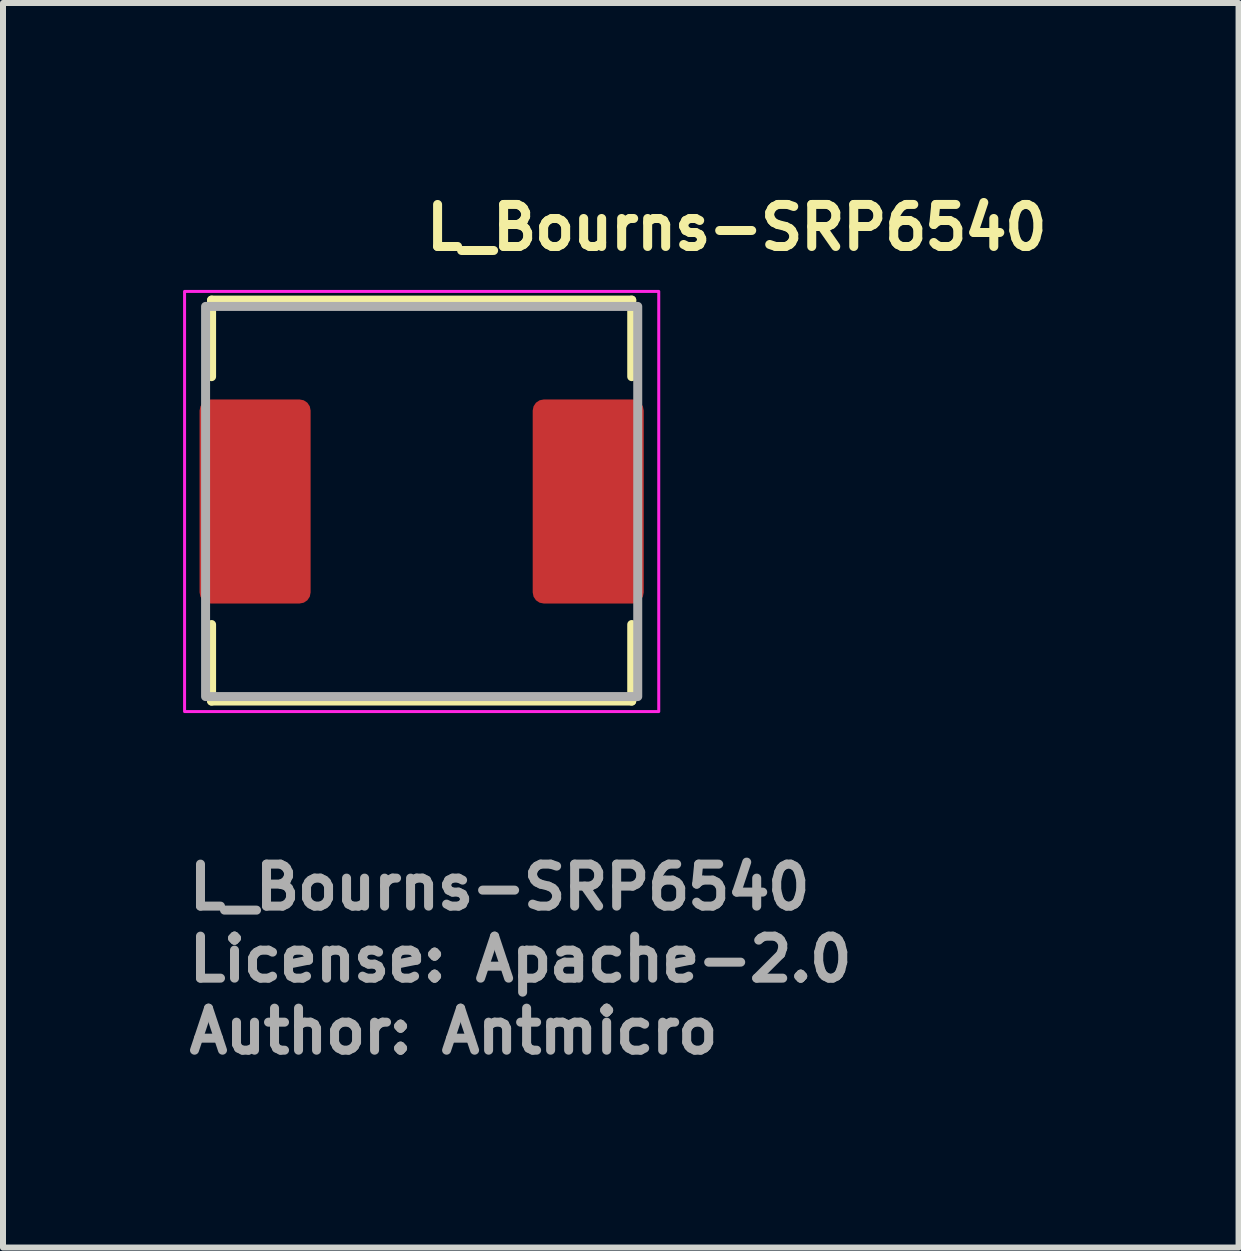
<source format=kicad_pcb>
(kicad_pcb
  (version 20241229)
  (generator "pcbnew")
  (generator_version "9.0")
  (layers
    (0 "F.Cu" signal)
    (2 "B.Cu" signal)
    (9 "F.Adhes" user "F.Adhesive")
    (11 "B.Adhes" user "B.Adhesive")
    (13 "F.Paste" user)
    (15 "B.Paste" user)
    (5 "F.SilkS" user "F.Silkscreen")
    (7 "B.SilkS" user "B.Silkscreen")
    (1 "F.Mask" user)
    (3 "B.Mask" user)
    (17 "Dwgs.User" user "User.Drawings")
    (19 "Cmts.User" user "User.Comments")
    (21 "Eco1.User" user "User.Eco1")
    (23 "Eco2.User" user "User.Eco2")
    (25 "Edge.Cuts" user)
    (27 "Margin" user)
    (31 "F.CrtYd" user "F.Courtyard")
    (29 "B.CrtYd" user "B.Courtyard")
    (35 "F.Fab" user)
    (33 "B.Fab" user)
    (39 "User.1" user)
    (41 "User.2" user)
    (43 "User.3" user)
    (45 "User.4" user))
  (footprint "L_Bourns-SRP6540"
    (layer "F.Cu")
    (at 3.975 5.305)
    (property "Reference" "L_Bourns-SRP6540" (at 0 -4.155 0) (layer "F.SilkS") (effects (font (size 0.7 0.7) (thickness 0.15)) (justify left bottom)))
    (attr smd)
    (fp_line (start -3.5 -3.355) (end 3.5 -3.355) (stroke (width 0.15) (type solid)) (layer "F.SilkS"))
    (fp_line (start -3.5 -2.08) (end -3.5 -3.355) (stroke (width 0.15) (type solid)) (layer "F.SilkS"))
    (fp_line (start -3.5 2.05) (end -3.5 3.325) (stroke (width 0.15) (type solid)) (layer "F.SilkS"))
    (fp_line (start 3.5 -2.08) (end 3.5 -3.355) (stroke (width 0.15) (type solid)) (layer "F.SilkS"))
    (fp_line (start 3.5 2.05) (end 3.5 3.325) (stroke (width 0.15) (type solid)) (layer "F.SilkS"))
    (fp_line (start 3.5 3.325) (end -3.5 3.325) (stroke (width 0.15) (type solid)) (layer "F.SilkS"))
    (fp_rect (start -3.95 -3.5) (end 3.95 3.5) (stroke (width 0.05) (type solid)) (fill no) (layer "F.CrtYd"))
    (fp_rect (start -3.6 -3.25) (end 3.6 3.25) (stroke (width 0.15) (type solid)) (fill no) (layer "F.Fab"))
    (fp_rect (start -3.6 -3.25) (end 3.6 3.25) (stroke (width 0.1) (type solid)) (fill no) (layer "User.5"))
    (fp_line (start -3.6 -1.5) (end -3.4 -1.5) (stroke (width 0.02) (type solid)) (layer "User.9"))
    (fp_line (start -3.6 -0.536) (end -3.6 -1.5) (stroke (width 0.02) (type solid)) (layer "User.9"))
    (fp_line (start -3.6 -0.536) (end -3.4 -0.536) (stroke (width 0.02) (type solid)) (layer "User.9"))
    (fp_line (start -3.6 -0.523) (end -3.6 -0.536) (stroke (width 0.02) (type solid)) (layer "User.9"))
    (fp_line (start -3.6 -0.523) (end -3.6 -0.523) (stroke (width 0.02) (type solid)) (layer "User.9"))
    (fp_line (start -3.6 -0.483) (end -3.6 -0.523) (stroke (width 0.02) (type solid)) (layer "User.9"))
    (fp_line (start -3.6 -0.483) (end -3.6 -0.483) (stroke (width 0.02) (type solid)) (layer "User.9"))
    (fp_line (start -3.6 -0.419) (end -3.6 -0.483) (stroke (width 0.02) (type solid)) (layer "User.9"))
    (fp_line (start -3.6 -0.419) (end -3.6 -0.419) (stroke (width 0.02) (type solid)) (layer "User.9"))
    (fp_line (start -3.6 -0.334) (end -3.6 -0.419) (stroke (width 0.02) (type solid)) (layer "User.9"))
    (fp_line (start -3.6 -0.334) (end -3.6 -0.334) (stroke (width 0.02) (type solid)) (layer "User.9"))
    (fp_line (start -3.6 -0.232) (end -3.6 -0.334) (stroke (width 0.02) (type solid)) (layer "User.9"))
    (fp_line (start -3.6 -0.232) (end -3.6 -0.232) (stroke (width 0.02) (type solid)) (layer "User.9"))
    (fp_line (start -3.6 -0.119) (end -3.6 -0.232) (stroke (width 0.02) (type solid)) (layer "User.9"))
    (fp_line (start -3.6 -0.119) (end -3.6 -0.119) (stroke (width 0.02) (type solid)) (layer "User.9"))
    (fp_line (start -3.6 0) (end -3.6 -0.119) (stroke (width 0.02) (type solid)) (layer "User.9"))
    (fp_line (start -3.6 0) (end -3.6 0) (stroke (width 0.02) (type solid)) (layer "User.9"))
    (fp_line (start -3.6 0.232) (end -3.6 0) (stroke (width 0.02) (type solid)) (layer "User.9"))
    (fp_line (start -3.6 0.232) (end -3.6 0.232) (stroke (width 0.02) (type solid)) (layer "User.9"))
    (fp_line (start -3.6 0.334) (end -3.6 0.232) (stroke (width 0.02) (type solid)) (layer "User.9"))
    (fp_line (start -3.6 0.334) (end -3.6 0.334) (stroke (width 0.02) (type solid)) (layer "User.9"))
    (fp_line (start -3.6 0.419) (end -3.6 0.334) (stroke (width 0.02) (type solid)) (layer "User.9"))
    (fp_line (start -3.6 0.419) (end -3.6 0.419) (stroke (width 0.02) (type solid)) (layer "User.9"))
    (fp_line (start -3.6 0.483) (end -3.6 0.419) (stroke (width 0.02) (type solid)) (layer "User.9"))
    (fp_line (start -3.6 0.483) (end -3.6 0.483) (stroke (width 0.02) (type solid)) (layer "User.9"))
    (fp_line (start -3.6 0.523) (end -3.6 0.483) (stroke (width 0.02) (type solid)) (layer "User.9"))
    (fp_line (start -3.6 0.523) (end -3.6 0.523) (stroke (width 0.02) (type solid)) (layer "User.9"))
    (fp_line (start -3.6 0.536) (end -3.6 0.523) (stroke (width 0.02) (type solid)) (layer "User.9"))
    (fp_line (start -3.6 1.5) (end -3.6 0.536) (stroke (width 0.02) (type solid)) (layer "User.9"))
    (fp_line (start -3.4 -3.15) (end -3.399 -3.154) (stroke (width 0.02) (type solid)) (layer "User.9"))
    (fp_line (start -3.4 -0.536) (end -3.4 -1.5) (stroke (width 0.02) (type solid)) (layer "User.9"))
    (fp_line (start -3.4 0.536) (end -3.6 0.536) (stroke (width 0.02) (type solid)) (layer "User.9"))
    (fp_line (start -3.4 1.5) (end -3.6 1.5) (stroke (width 0.02) (type solid)) (layer "User.9"))
    (fp_line (start -3.4 1.5) (end -3.4 0.536) (stroke (width 0.02) (type solid)) (layer "User.9"))
    (fp_line (start -3.4 3.15) (end -3.4 -3.15) (stroke (width 0.02) (type solid)) (layer "User.9"))
    (fp_line (start -3.399 -3.159) (end -3.398 -3.164) (stroke (width 0.02) (type solid)) (layer "User.9"))
    (fp_line (start -3.399 -3.154) (end -3.399 -3.159) (stroke (width 0.02) (type solid)) (layer "User.9"))
    (fp_line (start -3.399 3.154) (end -3.4 3.15) (stroke (width 0.02) (type solid)) (layer "User.9"))
    (fp_line (start -3.399 3.159) (end -3.399 3.154) (stroke (width 0.02) (type solid)) (layer "User.9"))
    (fp_line (start -3.398 -3.169) (end -3.396 -3.174) (stroke (width 0.02) (type solid)) (layer "User.9"))
    (fp_line (start -3.398 -3.164) (end -3.398 -3.169) (stroke (width 0.02) (type solid)) (layer "User.9"))
    (fp_line (start -3.398 3.164) (end -3.399 3.159) (stroke (width 0.02) (type solid)) (layer "User.9"))
    (fp_line (start -3.398 3.169) (end -3.398 3.164) (stroke (width 0.02) (type solid)) (layer "User.9"))
    (fp_line (start -3.396 -3.174) (end -3.395 -3.179) (stroke (width 0.02) (type solid)) (layer "User.9"))
    (fp_line (start -3.396 3.174) (end -3.398 3.169) (stroke (width 0.02) (type solid)) (layer "User.9"))
    (fp_line (start -3.395 -3.179) (end -3.394 -3.183) (stroke (width 0.02) (type solid)) (layer "User.9"))
    (fp_line (start -3.395 3.179) (end -3.396 3.174) (stroke (width 0.02) (type solid)) (layer "User.9"))
    (fp_line (start -3.394 -3.183) (end -3.392 -3.188) (stroke (width 0.02) (type solid)) (layer "User.9"))
    (fp_line (start -3.394 3.183) (end -3.395 3.179) (stroke (width 0.02) (type solid)) (layer "User.9"))
    (fp_line (start -3.392 -3.188) (end -3.39 -3.192) (stroke (width 0.02) (type solid)) (layer "User.9"))
    (fp_line (start -3.392 3.188) (end -3.394 3.183) (stroke (width 0.02) (type solid)) (layer "User.9"))
    (fp_line (start -3.39 -3.192) (end -3.388 -3.197) (stroke (width 0.02) (type solid)) (layer "User.9"))
    (fp_line (start -3.39 3.192) (end -3.392 3.188) (stroke (width 0.02) (type solid)) (layer "User.9"))
    (fp_line (start -3.388 -3.197) (end -3.385 -3.201) (stroke (width 0.02) (type solid)) (layer "User.9"))
    (fp_line (start -3.388 3.197) (end -3.39 3.192) (stroke (width 0.02) (type solid)) (layer "User.9"))
    (fp_line (start -3.385 -3.201) (end -3.383 -3.205) (stroke (width 0.02) (type solid)) (layer "User.9"))
    (fp_line (start -3.385 3.201) (end -3.388 3.197) (stroke (width 0.02) (type solid)) (layer "User.9"))
    (fp_line (start -3.383 -3.205) (end -3.38 -3.209) (stroke (width 0.02) (type solid)) (layer "User.9"))
    (fp_line (start -3.383 3.205) (end -3.385 3.201) (stroke (width 0.02) (type solid)) (layer "User.9"))
    (fp_line (start -3.38 -3.209) (end -3.377 -3.213) (stroke (width 0.02) (type solid)) (layer "User.9"))
    (fp_line (start -3.38 3.209) (end -3.383 3.205) (stroke (width 0.02) (type solid)) (layer "User.9"))
    (fp_line (start -3.377 -3.213) (end -3.374 -3.217) (stroke (width 0.02) (type solid)) (layer "User.9"))
    (fp_line (start -3.377 3.213) (end -3.38 3.209) (stroke (width 0.02) (type solid)) (layer "User.9"))
    (fp_line (start -3.374 -3.217) (end -3.37 -3.22) (stroke (width 0.02) (type solid)) (layer "User.9"))
    (fp_line (start -3.374 3.217) (end -3.377 3.213) (stroke (width 0.02) (type solid)) (layer "User.9"))
    (fp_line (start -3.37 -3.22) (end -3.37 -3.22) (stroke (width 0.02) (type solid)) (layer "User.9"))
    (fp_line (start -3.37 -3.22) (end -3.367 -3.224) (stroke (width 0.02) (type solid)) (layer "User.9"))
    (fp_line (start -3.37 3.22) (end -3.374 3.217) (stroke (width 0.02) (type solid)) (layer "User.9"))
    (fp_line (start -3.37 3.22) (end -3.37 3.22) (stroke (width 0.02) (type solid)) (layer "User.9"))
    (fp_line (start -3.367 -3.224) (end -3.363 -3.227) (stroke (width 0.02) (type solid)) (layer "User.9"))
    (fp_line (start -3.367 3.224) (end -3.37 3.22) (stroke (width 0.02) (type solid)) (layer "User.9"))
    (fp_line (start -3.363 -3.227) (end -3.359 -3.23) (stroke (width 0.02) (type solid)) (layer "User.9"))
    (fp_line (start -3.363 3.227) (end -3.367 3.224) (stroke (width 0.02) (type solid)) (layer "User.9"))
    (fp_line (start -3.36 -3.15) (end -3.36 3.15) (stroke (width 0.02) (type solid)) (layer "User.9"))
    (fp_line (start -3.36 3.15) (end -3.359 3.153) (stroke (width 0.02) (type solid)) (layer "User.9"))
    (fp_line (start -3.36 3.15) (end -3.359 3.153) (stroke (width 0.02) (type solid)) (layer "User.9"))
    (fp_line (start -3.36 3.15) (end -3.299 3.15) (stroke (width 0.02) (type solid)) (layer "User.9"))
    (fp_line (start -3.359 -3.23) (end -3.355 -3.233) (stroke (width 0.02) (type solid)) (layer "User.9"))
    (fp_line (start -3.359 -3.159) (end -3.359 -3.156) (stroke (width 0.02) (type solid)) (layer "User.9"))
    (fp_line (start -3.359 -3.159) (end -3.359 -3.156) (stroke (width 0.02) (type solid)) (layer "User.9"))
    (fp_line (start -3.359 -3.156) (end -3.359 -3.153) (stroke (width 0.02) (type solid)) (layer "User.9"))
    (fp_line (start -3.359 -3.156) (end -3.359 -3.153) (stroke (width 0.02) (type solid)) (layer "User.9"))
    (fp_line (start -3.359 -3.153) (end -3.36 -3.15) (stroke (width 0.02) (type solid)) (layer "User.9"))
    (fp_line (start -3.359 -3.153) (end -3.36 -3.15) (stroke (width 0.02) (type solid)) (layer "User.9"))
    (fp_line (start -3.359 3.153) (end -3.359 3.156) (stroke (width 0.02) (type solid)) (layer "User.9"))
    (fp_line (start -3.359 3.153) (end -3.359 3.156) (stroke (width 0.02) (type solid)) (layer "User.9"))
    (fp_line (start -3.359 3.156) (end -3.359 3.159) (stroke (width 0.02) (type solid)) (layer "User.9"))
    (fp_line (start -3.359 3.156) (end -3.359 3.159) (stroke (width 0.02) (type solid)) (layer "User.9"))
    (fp_line (start -3.359 3.159) (end -3.358 3.162) (stroke (width 0.02) (type solid)) (layer "User.9"))
    (fp_line (start -3.359 3.159) (end -3.358 3.162) (stroke (width 0.02) (type solid)) (layer "User.9"))
    (fp_line (start -3.359 3.23) (end -3.363 3.227) (stroke (width 0.02) (type solid)) (layer "User.9"))
    (fp_line (start -3.358 -3.164) (end -3.358 -3.162) (stroke (width 0.02) (type solid)) (layer "User.9"))
    (fp_line (start -3.358 -3.164) (end -3.358 -3.162) (stroke (width 0.02) (type solid)) (layer "User.9"))
    (fp_line (start -3.358 -3.162) (end -3.359 -3.159) (stroke (width 0.02) (type solid)) (layer "User.9"))
    (fp_line (start -3.358 -3.162) (end -3.359 -3.159) (stroke (width 0.02) (type solid)) (layer "User.9"))
    (fp_line (start -3.358 3.162) (end -3.358 3.164) (stroke (width 0.02) (type solid)) (layer "User.9"))
    (fp_line (start -3.358 3.162) (end -3.358 3.164) (stroke (width 0.02) (type solid)) (layer "User.9"))
    (fp_line (start -3.358 3.164) (end -3.357 3.167) (stroke (width 0.02) (type solid)) (layer "User.9"))
    (fp_line (start -3.358 3.164) (end -3.357 3.167) (stroke (width 0.02) (type solid)) (layer "User.9"))
    (fp_line (start -3.357 -3.167) (end -3.358 -3.164) (stroke (width 0.02) (type solid)) (layer "User.9"))
    (fp_line (start -3.357 -3.167) (end -3.358 -3.164) (stroke (width 0.02) (type solid)) (layer "User.9"))
    (fp_line (start -3.357 3.167) (end -3.356 3.17) (stroke (width 0.02) (type solid)) (layer "User.9"))
    (fp_line (start -3.357 3.167) (end -3.356 3.17) (stroke (width 0.02) (type solid)) (layer "User.9"))
    (fp_line (start -3.356 -3.17) (end -3.357 -3.167) (stroke (width 0.02) (type solid)) (layer "User.9"))
    (fp_line (start -3.356 -3.17) (end -3.357 -3.167) (stroke (width 0.02) (type solid)) (layer "User.9"))
    (fp_line (start -3.356 3.17) (end -3.355 3.173) (stroke (width 0.02) (type solid)) (layer "User.9"))
    (fp_line (start -3.356 3.17) (end -3.355 3.173) (stroke (width 0.02) (type solid)) (layer "User.9"))
    (fp_line (start -3.355 -3.233) (end -3.351 -3.235) (stroke (width 0.02) (type solid)) (layer "User.9"))
    (fp_line (start -3.355 -3.173) (end -3.356 -3.17) (stroke (width 0.02) (type solid)) (layer "User.9"))
    (fp_line (start -3.355 -3.173) (end -3.356 -3.17) (stroke (width 0.02) (type solid)) (layer "User.9"))
    (fp_line (start -3.355 3.173) (end -3.354 3.176) (stroke (width 0.02) (type solid)) (layer "User.9"))
    (fp_line (start -3.355 3.173) (end -3.354 3.176) (stroke (width 0.02) (type solid)) (layer "User.9"))
    (fp_line (start -3.355 3.233) (end -3.359 3.23) (stroke (width 0.02) (type solid)) (layer "User.9"))
    (fp_line (start -3.354 -3.176) (end -3.355 -3.173) (stroke (width 0.02) (type solid)) (layer "User.9"))
    (fp_line (start -3.354 -3.176) (end -3.355 -3.173) (stroke (width 0.02) (type solid)) (layer "User.9"))
    (fp_line (start -3.354 3.176) (end -3.352 3.178) (stroke (width 0.02) (type solid)) (layer "User.9"))
    (fp_line (start -3.354 3.176) (end -3.352 3.178) (stroke (width 0.02) (type solid)) (layer "User.9"))
    (fp_line (start -3.352 -3.178) (end -3.354 -3.176) (stroke (width 0.02) (type solid)) (layer "User.9"))
    (fp_line (start -3.352 -3.178) (end -3.354 -3.176) (stroke (width 0.02) (type solid)) (layer "User.9"))
    (fp_line (start -3.352 3.178) (end -3.351 3.181) (stroke (width 0.02) (type solid)) (layer "User.9"))
    (fp_line (start -3.352 3.178) (end -3.351 3.181) (stroke (width 0.02) (type solid)) (layer "User.9"))
    (fp_line (start -3.351 -3.235) (end -3.347 -3.238) (stroke (width 0.02) (type solid)) (layer "User.9"))
    (fp_line (start -3.351 -3.181) (end -3.352 -3.178) (stroke (width 0.02) (type solid)) (layer "User.9"))
    (fp_line (start -3.351 -3.181) (end -3.352 -3.178) (stroke (width 0.02) (type solid)) (layer "User.9"))
    (fp_line (start -3.351 3.181) (end -3.349 3.183) (stroke (width 0.02) (type solid)) (layer "User.9"))
    (fp_line (start -3.351 3.181) (end -3.349 3.183) (stroke (width 0.02) (type solid)) (layer "User.9"))
    (fp_line (start -3.351 3.235) (end -3.355 3.233) (stroke (width 0.02) (type solid)) (layer "User.9"))
    (fp_line (start -3.349 -3.183) (end -3.351 -3.181) (stroke (width 0.02) (type solid)) (layer "User.9"))
    (fp_line (start -3.349 -3.183) (end -3.351 -3.181) (stroke (width 0.02) (type solid)) (layer "User.9"))
    (fp_line (start -3.349 3.183) (end -3.348 3.185) (stroke (width 0.02) (type solid)) (layer "User.9"))
    (fp_line (start -3.349 3.183) (end -3.348 3.185) (stroke (width 0.02) (type solid)) (layer "User.9"))
    (fp_line (start -3.348 -3.185) (end -3.349 -3.183) (stroke (width 0.02) (type solid)) (layer "User.9"))
    (fp_line (start -3.348 -3.185) (end -3.349 -3.183) (stroke (width 0.02) (type solid)) (layer "User.9"))
    (fp_line (start -3.348 3.185) (end -3.346 3.188) (stroke (width 0.02) (type solid)) (layer "User.9"))
    (fp_line (start -3.348 3.185) (end -3.346 3.188) (stroke (width 0.02) (type solid)) (layer "User.9"))
    (fp_line (start -3.347 -3.238) (end -3.342 -3.24) (stroke (width 0.02) (type solid)) (layer "User.9"))
    (fp_line (start -3.347 3.238) (end -3.351 3.235) (stroke (width 0.02) (type solid)) (layer "User.9"))
    (fp_line (start -3.346 -3.188) (end -3.348 -3.185) (stroke (width 0.02) (type solid)) (layer "User.9"))
    (fp_line (start -3.346 -3.188) (end -3.348 -3.185) (stroke (width 0.02) (type solid)) (layer "User.9"))
    (fp_line (start -3.346 3.188) (end -3.344 3.19) (stroke (width 0.02) (type solid)) (layer "User.9"))
    (fp_line (start -3.346 3.188) (end -3.344 3.19) (stroke (width 0.02) (type solid)) (layer "User.9"))
    (fp_line (start -3.344 -3.19) (end -3.346 -3.188) (stroke (width 0.02) (type solid)) (layer "User.9"))
    (fp_line (start -3.344 -3.19) (end -3.346 -3.188) (stroke (width 0.02) (type solid)) (layer "User.9"))
    (fp_line (start -3.344 3.19) (end -3.342 3.192) (stroke (width 0.02) (type solid)) (layer "User.9"))
    (fp_line (start -3.344 3.19) (end -3.342 3.192) (stroke (width 0.02) (type solid)) (layer "User.9"))
    (fp_line (start -3.342 -3.24) (end -3.338 -3.242) (stroke (width 0.02) (type solid)) (layer "User.9"))
    (fp_line (start -3.342 -3.192) (end -3.344 -3.19) (stroke (width 0.02) (type solid)) (layer "User.9"))
    (fp_line (start -3.342 -3.192) (end -3.344 -3.19) (stroke (width 0.02) (type solid)) (layer "User.9"))
    (fp_line (start -3.342 3.192) (end -3.34 3.194) (stroke (width 0.02) (type solid)) (layer "User.9"))
    (fp_line (start -3.342 3.192) (end -3.34 3.194) (stroke (width 0.02) (type solid)) (layer "User.9"))
    (fp_line (start -3.342 3.24) (end -3.347 3.238) (stroke (width 0.02) (type solid)) (layer "User.9"))
    (fp_line (start -3.34 -3.194) (end -3.342 -3.192) (stroke (width 0.02) (type solid)) (layer "User.9"))
    (fp_line (start -3.34 -3.194) (end -3.342 -3.192) (stroke (width 0.02) (type solid)) (layer "User.9"))
    (fp_line (start -3.34 3.194) (end -3.338 3.196) (stroke (width 0.02) (type solid)) (layer "User.9"))
    (fp_line (start -3.34 3.194) (end -3.338 3.196) (stroke (width 0.02) (type solid)) (layer "User.9"))
    (fp_line (start -3.338 -3.242) (end -3.333 -3.244) (stroke (width 0.02) (type solid)) (layer "User.9"))
    (fp_line (start -3.338 -3.196) (end -3.34 -3.194) (stroke (width 0.02) (type solid)) (layer "User.9"))
    (fp_line (start -3.338 -3.196) (end -3.34 -3.194) (stroke (width 0.02) (type solid)) (layer "User.9"))
    (fp_line (start -3.338 3.196) (end -3.335 3.198) (stroke (width 0.02) (type solid)) (layer "User.9"))
    (fp_line (start -3.338 3.196) (end -3.335 3.198) (stroke (width 0.02) (type solid)) (layer "User.9"))
    (fp_line (start -3.338 3.242) (end -3.342 3.24) (stroke (width 0.02) (type solid)) (layer "User.9"))
    (fp_line (start -3.335 -3.198) (end -3.338 -3.196) (stroke (width 0.02) (type solid)) (layer "User.9"))
    (fp_line (start -3.335 -3.198) (end -3.338 -3.196) (stroke (width 0.02) (type solid)) (layer "User.9"))
    (fp_line (start -3.335 3.198) (end -3.333 3.199) (stroke (width 0.02) (type solid)) (layer "User.9"))
    (fp_line (start -3.335 3.198) (end -3.333 3.199) (stroke (width 0.02) (type solid)) (layer "User.9"))
    (fp_line (start -3.333 -3.244) (end -3.329 -3.245) (stroke (width 0.02) (type solid)) (layer "User.9"))
    (fp_line (start -3.333 -3.199) (end -3.335 -3.198) (stroke (width 0.02) (type solid)) (layer "User.9"))
    (fp_line (start -3.333 -3.199) (end -3.335 -3.198) (stroke (width 0.02) (type solid)) (layer "User.9"))
    (fp_line (start -3.333 3.199) (end -3.331 3.201) (stroke (width 0.02) (type solid)) (layer "User.9"))
    (fp_line (start -3.333 3.199) (end -3.331 3.201) (stroke (width 0.02) (type solid)) (layer "User.9"))
    (fp_line (start -3.333 3.244) (end -3.338 3.242) (stroke (width 0.02) (type solid)) (layer "User.9"))
    (fp_line (start -3.331 -3.201) (end -3.333 -3.199) (stroke (width 0.02) (type solid)) (layer "User.9"))
    (fp_line (start -3.331 -3.201) (end -3.333 -3.199) (stroke (width 0.02) (type solid)) (layer "User.9"))
    (fp_line (start -3.331 3.201) (end -3.328 3.202) (stroke (width 0.02) (type solid)) (layer "User.9"))
    (fp_line (start -3.331 3.201) (end -3.328 3.202) (stroke (width 0.02) (type solid)) (layer "User.9"))
    (fp_line (start -3.329 -3.245) (end -3.324 -3.246) (stroke (width 0.02) (type solid)) (layer "User.9"))
    (fp_line (start -3.329 3.245) (end -3.333 3.244) (stroke (width 0.02) (type solid)) (layer "User.9"))
    (fp_line (start -3.328 -3.202) (end -3.331 -3.201) (stroke (width 0.02) (type solid)) (layer "User.9"))
    (fp_line (start -3.328 -3.202) (end -3.331 -3.201) (stroke (width 0.02) (type solid)) (layer "User.9"))
    (fp_line (start -3.328 3.202) (end -3.326 3.204) (stroke (width 0.02) (type solid)) (layer "User.9"))
    (fp_line (start -3.328 3.202) (end -3.326 3.204) (stroke (width 0.02) (type solid)) (layer "User.9"))
    (fp_line (start -3.326 -3.204) (end -3.328 -3.202) (stroke (width 0.02) (type solid)) (layer "User.9"))
    (fp_line (start -3.326 -3.204) (end -3.328 -3.202) (stroke (width 0.02) (type solid)) (layer "User.9"))
    (fp_line (start -3.326 3.204) (end -3.323 3.205) (stroke (width 0.02) (type solid)) (layer "User.9"))
    (fp_line (start -3.326 3.204) (end -3.323 3.205) (stroke (width 0.02) (type solid)) (layer "User.9"))
    (fp_line (start -3.324 -3.246) (end -3.319 -3.248) (stroke (width 0.02) (type solid)) (layer "User.9"))
    (fp_line (start -3.324 3.246) (end -3.329 3.245) (stroke (width 0.02) (type solid)) (layer "User.9"))
    (fp_line (start -3.323 -3.205) (end -3.326 -3.204) (stroke (width 0.02) (type solid)) (layer "User.9"))
    (fp_line (start -3.323 -3.205) (end -3.326 -3.204) (stroke (width 0.02) (type solid)) (layer "User.9"))
    (fp_line (start -3.323 3.205) (end -3.32 3.206) (stroke (width 0.02) (type solid)) (layer "User.9"))
    (fp_line (start -3.323 3.205) (end -3.32 3.206) (stroke (width 0.02) (type solid)) (layer "User.9"))
    (fp_line (start -3.32 -3.206) (end -3.323 -3.205) (stroke (width 0.02) (type solid)) (layer "User.9"))
    (fp_line (start -3.32 -3.206) (end -3.323 -3.205) (stroke (width 0.02) (type solid)) (layer "User.9"))
    (fp_line (start -3.32 3.206) (end -3.317 3.207) (stroke (width 0.02) (type solid)) (layer "User.9"))
    (fp_line (start -3.32 3.206) (end -3.317 3.207) (stroke (width 0.02) (type solid)) (layer "User.9"))
    (fp_line (start -3.319 -3.248) (end -3.314 -3.248) (stroke (width 0.02) (type solid)) (layer "User.9"))
    (fp_line (start -3.319 3.248) (end -3.324 3.246) (stroke (width 0.02) (type solid)) (layer "User.9"))
    (fp_line (start -3.317 -3.207) (end -3.32 -3.206) (stroke (width 0.02) (type solid)) (layer "User.9"))
    (fp_line (start -3.317 -3.207) (end -3.32 -3.206) (stroke (width 0.02) (type solid)) (layer "User.9"))
    (fp_line (start -3.317 3.207) (end -3.314 3.208) (stroke (width 0.02) (type solid)) (layer "User.9"))
    (fp_line (start -3.317 3.207) (end -3.314 3.208) (stroke (width 0.02) (type solid)) (layer "User.9"))
    (fp_line (start -3.314 -3.248) (end -3.309 -3.249) (stroke (width 0.02) (type solid)) (layer "User.9"))
    (fp_line (start -3.314 -3.208) (end -3.317 -3.207) (stroke (width 0.02) (type solid)) (layer "User.9"))
    (fp_line (start -3.314 -3.208) (end -3.317 -3.207) (stroke (width 0.02) (type solid)) (layer "User.9"))
    (fp_line (start -3.314 3.208) (end -3.312 3.208) (stroke (width 0.02) (type solid)) (layer "User.9"))
    (fp_line (start -3.314 3.208) (end -3.312 3.208) (stroke (width 0.02) (type solid)) (layer "User.9"))
    (fp_line (start -3.314 3.248) (end -3.319 3.248) (stroke (width 0.02) (type solid)) (layer "User.9"))
    (fp_line (start -3.312 -3.208) (end -3.314 -3.208) (stroke (width 0.02) (type solid)) (layer "User.9"))
    (fp_line (start -3.312 -3.208) (end -3.314 -3.208) (stroke (width 0.02) (type solid)) (layer "User.9"))
    (fp_line (start -3.312 3.208) (end -3.309 3.209) (stroke (width 0.02) (type solid)) (layer "User.9"))
    (fp_line (start -3.312 3.208) (end -3.309 3.209) (stroke (width 0.02) (type solid)) (layer "User.9"))
    (fp_line (start -3.309 -3.249) (end -3.304 -3.249) (stroke (width 0.02) (type solid)) (layer "User.9"))
    (fp_line (start -3.309 -3.209) (end -3.312 -3.208) (stroke (width 0.02) (type solid)) (layer "User.9"))
    (fp_line (start -3.309 -3.209) (end -3.312 -3.208) (stroke (width 0.02) (type solid)) (layer "User.9"))
    (fp_line (start -3.309 3.209) (end -3.306 3.209) (stroke (width 0.02) (type solid)) (layer "User.9"))
    (fp_line (start -3.309 3.209) (end -3.306 3.209) (stroke (width 0.02) (type solid)) (layer "User.9"))
    (fp_line (start -3.309 3.249) (end -3.314 3.248) (stroke (width 0.02) (type solid)) (layer "User.9"))
    (fp_line (start -3.306 -3.209) (end -3.309 -3.209) (stroke (width 0.02) (type solid)) (layer "User.9"))
    (fp_line (start -3.306 -3.209) (end -3.309 -3.209) (stroke (width 0.02) (type solid)) (layer "User.9"))
    (fp_line (start -3.306 3.209) (end -3.303 3.209) (stroke (width 0.02) (type solid)) (layer "User.9"))
    (fp_line (start -3.306 3.209) (end -3.303 3.209) (stroke (width 0.02) (type solid)) (layer "User.9"))
    (fp_line (start -3.304 -3.249) (end -3.299 -3.25) (stroke (width 0.02) (type solid)) (layer "User.9"))
    (fp_line (start -3.304 3.249) (end -3.309 3.249) (stroke (width 0.02) (type solid)) (layer "User.9"))
    (fp_line (start -3.303 -3.209) (end -3.306 -3.209) (stroke (width 0.02) (type solid)) (layer "User.9"))
    (fp_line (start -3.303 -3.209) (end -3.306 -3.209) (stroke (width 0.02) (type solid)) (layer "User.9"))
    (fp_line (start -3.303 3.209) (end -3.299 3.21) (stroke (width 0.02) (type solid)) (layer "User.9"))
    (fp_line (start -3.303 3.209) (end -3.299 3.21) (stroke (width 0.02) (type solid)) (layer "User.9"))
    (fp_line (start -3.299 -3.25) (end 3.299 -3.25) (stroke (width 0.02) (type solid)) (layer "User.9"))
    (fp_line (start -3.299 -3.21) (end -3.303 -3.209) (stroke (width 0.02) (type solid)) (layer "User.9"))
    (fp_line (start -3.299 -3.21) (end -3.303 -3.209) (stroke (width 0.02) (type solid)) (layer "User.9"))
    (fp_line (start -3.299 -3.21) (end -3.299 -3.15) (stroke (width 0.02) (type solid)) (layer "User.9"))
    (fp_line (start -3.299 -3.15) (end -3.36 -3.15) (stroke (width 0.02) (type solid)) (layer "User.9"))
    (fp_line (start -3.299 3.15) (end -3.299 3.21) (stroke (width 0.02) (type solid)) (layer "User.9"))
    (fp_line (start -3.299 3.21) (end 3.299 3.21) (stroke (width 0.02) (type solid)) (layer "User.9"))
    (fp_line (start -3.299 3.25) (end -3.304 3.249) (stroke (width 0.02) (type solid)) (layer "User.9"))
    (fp_line (start 3.299 -3.25) (end 3.304 -3.249) (stroke (width 0.02) (type solid)) (layer "User.9"))
    (fp_line (start 3.299 -3.21) (end -3.299 -3.21) (stroke (width 0.02) (type solid)) (layer "User.9"))
    (fp_line (start 3.299 -3.15) (end 3.299 -3.21) (stroke (width 0.02) (type solid)) (layer "User.9"))
    (fp_line (start 3.299 3.15) (end 3.36 3.15) (stroke (width 0.02) (type solid)) (layer "User.9"))
    (fp_line (start 3.299 3.21) (end 3.299 3.15) (stroke (width 0.02) (type solid)) (layer "User.9"))
    (fp_line (start 3.299 3.21) (end 3.303 3.209) (stroke (width 0.02) (type solid)) (layer "User.9"))
    (fp_line (start 3.299 3.21) (end 3.303 3.209) (stroke (width 0.02) (type solid)) (layer "User.9"))
    (fp_line (start 3.299 3.25) (end -3.299 3.25) (stroke (width 0.02) (type solid)) (layer "User.9"))
    (fp_line (start 3.303 -3.209) (end 3.299 -3.21) (stroke (width 0.02) (type solid)) (layer "User.9"))
    (fp_line (start 3.303 -3.209) (end 3.299 -3.21) (stroke (width 0.02) (type solid)) (layer "User.9"))
    (fp_line (start 3.303 3.209) (end 3.306 3.209) (stroke (width 0.02) (type solid)) (layer "User.9"))
    (fp_line (start 3.303 3.209) (end 3.306 3.209) (stroke (width 0.02) (type solid)) (layer "User.9"))
    (fp_line (start 3.304 -3.249) (end 3.309 -3.249) (stroke (width 0.02) (type solid)) (layer "User.9"))
    (fp_line (start 3.304 3.249) (end 3.299 3.25) (stroke (width 0.02) (type solid)) (layer "User.9"))
    (fp_line (start 3.306 -3.209) (end 3.303 -3.209) (stroke (width 0.02) (type solid)) (layer "User.9"))
    (fp_line (start 3.306 -3.209) (end 3.303 -3.209) (stroke (width 0.02) (type solid)) (layer "User.9"))
    (fp_line (start 3.306 3.209) (end 3.309 3.209) (stroke (width 0.02) (type solid)) (layer "User.9"))
    (fp_line (start 3.306 3.209) (end 3.309 3.209) (stroke (width 0.02) (type solid)) (layer "User.9"))
    (fp_line (start 3.309 -3.249) (end 3.314 -3.248) (stroke (width 0.02) (type solid)) (layer "User.9"))
    (fp_line (start 3.309 -3.209) (end 3.306 -3.209) (stroke (width 0.02) (type solid)) (layer "User.9"))
    (fp_line (start 3.309 -3.209) (end 3.306 -3.209) (stroke (width 0.02) (type solid)) (layer "User.9"))
    (fp_line (start 3.309 3.209) (end 3.312 3.208) (stroke (width 0.02) (type solid)) (layer "User.9"))
    (fp_line (start 3.309 3.209) (end 3.312 3.208) (stroke (width 0.02) (type solid)) (layer "User.9"))
    (fp_line (start 3.309 3.249) (end 3.304 3.249) (stroke (width 0.02) (type solid)) (layer "User.9"))
    (fp_line (start 3.312 -3.208) (end 3.309 -3.209) (stroke (width 0.02) (type solid)) (layer "User.9"))
    (fp_line (start 3.312 -3.208) (end 3.309 -3.209) (stroke (width 0.02) (type solid)) (layer "User.9"))
    (fp_line (start 3.312 3.208) (end 3.314 3.208) (stroke (width 0.02) (type solid)) (layer "User.9"))
    (fp_line (start 3.312 3.208) (end 3.314 3.208) (stroke (width 0.02) (type solid)) (layer "User.9"))
    (fp_line (start 3.314 -3.248) (end 3.319 -3.248) (stroke (width 0.02) (type solid)) (layer "User.9"))
    (fp_line (start 3.314 -3.208) (end 3.312 -3.208) (stroke (width 0.02) (type solid)) (layer "User.9"))
    (fp_line (start 3.314 -3.208) (end 3.312 -3.208) (stroke (width 0.02) (type solid)) (layer "User.9"))
    (fp_line (start 3.314 3.208) (end 3.317 3.207) (stroke (width 0.02) (type solid)) (layer "User.9"))
    (fp_line (start 3.314 3.208) (end 3.317 3.207) (stroke (width 0.02) (type solid)) (layer "User.9"))
    (fp_line (start 3.314 3.248) (end 3.309 3.249) (stroke (width 0.02) (type solid)) (layer "User.9"))
    (fp_line (start 3.317 -3.207) (end 3.314 -3.208) (stroke (width 0.02) (type solid)) (layer "User.9"))
    (fp_line (start 3.317 -3.207) (end 3.314 -3.208) (stroke (width 0.02) (type solid)) (layer "User.9"))
    (fp_line (start 3.317 3.207) (end 3.32 3.206) (stroke (width 0.02) (type solid)) (layer "User.9"))
    (fp_line (start 3.317 3.207) (end 3.32 3.206) (stroke (width 0.02) (type solid)) (layer "User.9"))
    (fp_line (start 3.319 -3.248) (end 3.324 -3.246) (stroke (width 0.02) (type solid)) (layer "User.9"))
    (fp_line (start 3.319 3.248) (end 3.314 3.248) (stroke (width 0.02) (type solid)) (layer "User.9"))
    (fp_line (start 3.32 -3.206) (end 3.317 -3.207) (stroke (width 0.02) (type solid)) (layer "User.9"))
    (fp_line (start 3.32 -3.206) (end 3.317 -3.207) (stroke (width 0.02) (type solid)) (layer "User.9"))
    (fp_line (start 3.32 3.206) (end 3.323 3.205) (stroke (width 0.02) (type solid)) (layer "User.9"))
    (fp_line (start 3.32 3.206) (end 3.323 3.205) (stroke (width 0.02) (type solid)) (layer "User.9"))
    (fp_line (start 3.323 -3.205) (end 3.32 -3.206) (stroke (width 0.02) (type solid)) (layer "User.9"))
    (fp_line (start 3.323 -3.205) (end 3.32 -3.206) (stroke (width 0.02) (type solid)) (layer "User.9"))
    (fp_line (start 3.323 3.205) (end 3.326 3.204) (stroke (width 0.02) (type solid)) (layer "User.9"))
    (fp_line (start 3.323 3.205) (end 3.326 3.204) (stroke (width 0.02) (type solid)) (layer "User.9"))
    (fp_line (start 3.324 -3.246) (end 3.329 -3.245) (stroke (width 0.02) (type solid)) (layer "User.9"))
    (fp_line (start 3.324 3.246) (end 3.319 3.248) (stroke (width 0.02) (type solid)) (layer "User.9"))
    (fp_line (start 3.326 -3.204) (end 3.323 -3.205) (stroke (width 0.02) (type solid)) (layer "User.9"))
    (fp_line (start 3.326 -3.204) (end 3.323 -3.205) (stroke (width 0.02) (type solid)) (layer "User.9"))
    (fp_line (start 3.326 3.204) (end 3.328 3.202) (stroke (width 0.02) (type solid)) (layer "User.9"))
    (fp_line (start 3.326 3.204) (end 3.328 3.202) (stroke (width 0.02) (type solid)) (layer "User.9"))
    (fp_line (start 3.328 -3.202) (end 3.326 -3.204) (stroke (width 0.02) (type solid)) (layer "User.9"))
    (fp_line (start 3.328 -3.202) (end 3.326 -3.204) (stroke (width 0.02) (type solid)) (layer "User.9"))
    (fp_line (start 3.328 3.202) (end 3.331 3.201) (stroke (width 0.02) (type solid)) (layer "User.9"))
    (fp_line (start 3.328 3.202) (end 3.331 3.201) (stroke (width 0.02) (type solid)) (layer "User.9"))
    (fp_line (start 3.329 -3.245) (end 3.333 -3.244) (stroke (width 0.02) (type solid)) (layer "User.9"))
    (fp_line (start 3.329 3.245) (end 3.324 3.246) (stroke (width 0.02) (type solid)) (layer "User.9"))
    (fp_line (start 3.331 -3.201) (end 3.328 -3.202) (stroke (width 0.02) (type solid)) (layer "User.9"))
    (fp_line (start 3.331 -3.201) (end 3.328 -3.202) (stroke (width 0.02) (type solid)) (layer "User.9"))
    (fp_line (start 3.331 3.201) (end 3.333 3.199) (stroke (width 0.02) (type solid)) (layer "User.9"))
    (fp_line (start 3.331 3.201) (end 3.333 3.199) (stroke (width 0.02) (type solid)) (layer "User.9"))
    (fp_line (start 3.333 -3.244) (end 3.338 -3.242) (stroke (width 0.02) (type solid)) (layer "User.9"))
    (fp_line (start 3.333 -3.199) (end 3.331 -3.201) (stroke (width 0.02) (type solid)) (layer "User.9"))
    (fp_line (start 3.333 -3.199) (end 3.331 -3.201) (stroke (width 0.02) (type solid)) (layer "User.9"))
    (fp_line (start 3.333 3.199) (end 3.335 3.198) (stroke (width 0.02) (type solid)) (layer "User.9"))
    (fp_line (start 3.333 3.199) (end 3.335 3.198) (stroke (width 0.02) (type solid)) (layer "User.9"))
    (fp_line (start 3.333 3.244) (end 3.329 3.245) (stroke (width 0.02) (type solid)) (layer "User.9"))
    (fp_line (start 3.335 -3.198) (end 3.333 -3.199) (stroke (width 0.02) (type solid)) (layer "User.9"))
    (fp_line (start 3.335 -3.198) (end 3.333 -3.199) (stroke (width 0.02) (type solid)) (layer "User.9"))
    (fp_line (start 3.335 3.198) (end 3.338 3.196) (stroke (width 0.02) (type solid)) (layer "User.9"))
    (fp_line (start 3.335 3.198) (end 3.338 3.196) (stroke (width 0.02) (type solid)) (layer "User.9"))
    (fp_line (start 3.338 -3.242) (end 3.342 -3.24) (stroke (width 0.02) (type solid)) (layer "User.9"))
    (fp_line (start 3.338 -3.196) (end 3.335 -3.198) (stroke (width 0.02) (type solid)) (layer "User.9"))
    (fp_line (start 3.338 -3.196) (end 3.335 -3.198) (stroke (width 0.02) (type solid)) (layer "User.9"))
    (fp_line (start 3.338 3.196) (end 3.34 3.194) (stroke (width 0.02) (type solid)) (layer "User.9"))
    (fp_line (start 3.338 3.196) (end 3.34 3.194) (stroke (width 0.02) (type solid)) (layer "User.9"))
    (fp_line (start 3.338 3.242) (end 3.333 3.244) (stroke (width 0.02) (type solid)) (layer "User.9"))
    (fp_line (start 3.34 -3.194) (end 3.338 -3.196) (stroke (width 0.02) (type solid)) (layer "User.9"))
    (fp_line (start 3.34 -3.194) (end 3.338 -3.196) (stroke (width 0.02) (type solid)) (layer "User.9"))
    (fp_line (start 3.34 3.194) (end 3.342 3.192) (stroke (width 0.02) (type solid)) (layer "User.9"))
    (fp_line (start 3.34 3.194) (end 3.342 3.192) (stroke (width 0.02) (type solid)) (layer "User.9"))
    (fp_line (start 3.342 -3.24) (end 3.347 -3.238) (stroke (width 0.02) (type solid)) (layer "User.9"))
    (fp_line (start 3.342 -3.192) (end 3.34 -3.194) (stroke (width 0.02) (type solid)) (layer "User.9"))
    (fp_line (start 3.342 -3.192) (end 3.34 -3.194) (stroke (width 0.02) (type solid)) (layer "User.9"))
    (fp_line (start 3.342 3.192) (end 3.344 3.19) (stroke (width 0.02) (type solid)) (layer "User.9"))
    (fp_line (start 3.342 3.192) (end 3.344 3.19) (stroke (width 0.02) (type solid)) (layer "User.9"))
    (fp_line (start 3.342 3.24) (end 3.338 3.242) (stroke (width 0.02) (type solid)) (layer "User.9"))
    (fp_line (start 3.344 -3.19) (end 3.342 -3.192) (stroke (width 0.02) (type solid)) (layer "User.9"))
    (fp_line (start 3.344 -3.19) (end 3.342 -3.192) (stroke (width 0.02) (type solid)) (layer "User.9"))
    (fp_line (start 3.344 3.19) (end 3.346 3.188) (stroke (width 0.02) (type solid)) (layer "User.9"))
    (fp_line (start 3.344 3.19) (end 3.346 3.188) (stroke (width 0.02) (type solid)) (layer "User.9"))
    (fp_line (start 3.346 -3.188) (end 3.344 -3.19) (stroke (width 0.02) (type solid)) (layer "User.9"))
    (fp_line (start 3.346 -3.188) (end 3.344 -3.19) (stroke (width 0.02) (type solid)) (layer "User.9"))
    (fp_line (start 3.346 3.188) (end 3.348 3.185) (stroke (width 0.02) (type solid)) (layer "User.9"))
    (fp_line (start 3.346 3.188) (end 3.348 3.185) (stroke (width 0.02) (type solid)) (layer "User.9"))
    (fp_line (start 3.347 -3.238) (end 3.351 -3.235) (stroke (width 0.02) (type solid)) (layer "User.9"))
    (fp_line (start 3.347 3.238) (end 3.342 3.24) (stroke (width 0.02) (type solid)) (layer "User.9"))
    (fp_line (start 3.348 -3.185) (end 3.346 -3.188) (stroke (width 0.02) (type solid)) (layer "User.9"))
    (fp_line (start 3.348 -3.185) (end 3.346 -3.188) (stroke (width 0.02) (type solid)) (layer "User.9"))
    (fp_line (start 3.348 3.185) (end 3.349 3.183) (stroke (width 0.02) (type solid)) (layer "User.9"))
    (fp_line (start 3.348 3.185) (end 3.349 3.183) (stroke (width 0.02) (type solid)) (layer "User.9"))
    (fp_line (start 3.349 -3.183) (end 3.348 -3.185) (stroke (width 0.02) (type solid)) (layer "User.9"))
    (fp_line (start 3.349 -3.183) (end 3.348 -3.185) (stroke (width 0.02) (type solid)) (layer "User.9"))
    (fp_line (start 3.349 3.183) (end 3.351 3.181) (stroke (width 0.02) (type solid)) (layer "User.9"))
    (fp_line (start 3.349 3.183) (end 3.351 3.181) (stroke (width 0.02) (type solid)) (layer "User.9"))
    (fp_line (start 3.351 -3.235) (end 3.355 -3.233) (stroke (width 0.02) (type solid)) (layer "User.9"))
    (fp_line (start 3.351 -3.181) (end 3.349 -3.183) (stroke (width 0.02) (type solid)) (layer "User.9"))
    (fp_line (start 3.351 -3.181) (end 3.349 -3.183) (stroke (width 0.02) (type solid)) (layer "User.9"))
    (fp_line (start 3.351 3.181) (end 3.352 3.178) (stroke (width 0.02) (type solid)) (layer "User.9"))
    (fp_line (start 3.351 3.181) (end 3.352 3.178) (stroke (width 0.02) (type solid)) (layer "User.9"))
    (fp_line (start 3.351 3.235) (end 3.347 3.238) (stroke (width 0.02) (type solid)) (layer "User.9"))
    (fp_line (start 3.352 -3.178) (end 3.351 -3.181) (stroke (width 0.02) (type solid)) (layer "User.9"))
    (fp_line (start 3.352 -3.178) (end 3.351 -3.181) (stroke (width 0.02) (type solid)) (layer "User.9"))
    (fp_line (start 3.352 3.178) (end 3.354 3.176) (stroke (width 0.02) (type solid)) (layer "User.9"))
    (fp_line (start 3.352 3.178) (end 3.354 3.176) (stroke (width 0.02) (type solid)) (layer "User.9"))
    (fp_line (start 3.354 -3.176) (end 3.352 -3.178) (stroke (width 0.02) (type solid)) (layer "User.9"))
    (fp_line (start 3.354 -3.176) (end 3.352 -3.178) (stroke (width 0.02) (type solid)) (layer "User.9"))
    (fp_line (start 3.354 3.176) (end 3.355 3.173) (stroke (width 0.02) (type solid)) (layer "User.9"))
    (fp_line (start 3.354 3.176) (end 3.355 3.173) (stroke (width 0.02) (type solid)) (layer "User.9"))
    (fp_line (start 3.355 -3.233) (end 3.359 -3.23) (stroke (width 0.02) (type solid)) (layer "User.9"))
    (fp_line (start 3.355 -3.173) (end 3.354 -3.176) (stroke (width 0.02) (type solid)) (layer "User.9"))
    (fp_line (start 3.355 -3.173) (end 3.354 -3.176) (stroke (width 0.02) (type solid)) (layer "User.9"))
    (fp_line (start 3.355 3.173) (end 3.356 3.17) (stroke (width 0.02) (type solid)) (layer "User.9"))
    (fp_line (start 3.355 3.173) (end 3.356 3.17) (stroke (width 0.02) (type solid)) (layer "User.9"))
    (fp_line (start 3.355 3.233) (end 3.351 3.235) (stroke (width 0.02) (type solid)) (layer "User.9"))
    (fp_line (start 3.356 -3.17) (end 3.355 -3.173) (stroke (width 0.02) (type solid)) (layer "User.9"))
    (fp_line (start 3.356 -3.17) (end 3.355 -3.173) (stroke (width 0.02) (type solid)) (layer "User.9"))
    (fp_line (start 3.356 3.17) (end 3.357 3.167) (stroke (width 0.02) (type solid)) (layer "User.9"))
    (fp_line (start 3.356 3.17) (end 3.357 3.167) (stroke (width 0.02) (type solid)) (layer "User.9"))
    (fp_line (start 3.357 -3.167) (end 3.356 -3.17) (stroke (width 0.02) (type solid)) (layer "User.9"))
    (fp_line (start 3.357 -3.167) (end 3.356 -3.17) (stroke (width 0.02) (type solid)) (layer "User.9"))
    (fp_line (start 3.357 3.167) (end 3.358 3.164) (stroke (width 0.02) (type solid)) (layer "User.9"))
    (fp_line (start 3.357 3.167) (end 3.358 3.164) (stroke (width 0.02) (type solid)) (layer "User.9"))
    (fp_line (start 3.358 -3.164) (end 3.357 -3.167) (stroke (width 0.02) (type solid)) (layer "User.9"))
    (fp_line (start 3.358 -3.164) (end 3.357 -3.167) (stroke (width 0.02) (type solid)) (layer "User.9"))
    (fp_line (start 3.358 -3.162) (end 3.358 -3.164) (stroke (width 0.02) (type solid)) (layer "User.9"))
    (fp_line (start 3.358 -3.162) (end 3.358 -3.164) (stroke (width 0.02) (type solid)) (layer "User.9"))
    (fp_line (start 3.358 3.162) (end 3.359 3.159) (stroke (width 0.02) (type solid)) (layer "User.9"))
    (fp_line (start 3.358 3.162) (end 3.359 3.159) (stroke (width 0.02) (type solid)) (layer "User.9"))
    (fp_line (start 3.358 3.164) (end 3.358 3.162) (stroke (width 0.02) (type solid)) (layer "User.9"))
    (fp_line (start 3.358 3.164) (end 3.358 3.162) (stroke (width 0.02) (type solid)) (layer "User.9"))
    (fp_line (start 3.359 -3.23) (end 3.363 -3.227) (stroke (width 0.02) (type solid)) (layer "User.9"))
    (fp_line (start 3.359 -3.159) (end 3.358 -3.162) (stroke (width 0.02) (type solid)) (layer "User.9"))
    (fp_line (start 3.359 -3.159) (end 3.358 -3.162) (stroke (width 0.02) (type solid)) (layer "User.9"))
    (fp_line (start 3.359 -3.156) (end 3.359 -3.159) (stroke (width 0.02) (type solid)) (layer "User.9"))
    (fp_line (start 3.359 -3.156) (end 3.359 -3.159) (stroke (width 0.02) (type solid)) (layer "User.9"))
    (fp_line (start 3.359 -3.153) (end 3.359 -3.156) (stroke (width 0.02) (type solid)) (layer "User.9"))
    (fp_line (start 3.359 -3.153) (end 3.359 -3.156) (stroke (width 0.02) (type solid)) (layer "User.9"))
    (fp_line (start 3.359 3.153) (end 3.36 3.15) (stroke (width 0.02) (type solid)) (layer "User.9"))
    (fp_line (start 3.359 3.153) (end 3.36 3.15) (stroke (width 0.02) (type solid)) (layer "User.9"))
    (fp_line (start 3.359 3.156) (end 3.359 3.153) (stroke (width 0.02) (type solid)) (layer "User.9"))
    (fp_line (start 3.359 3.156) (end 3.359 3.153) (stroke (width 0.02) (type solid)) (layer "User.9"))
    (fp_line (start 3.359 3.159) (end 3.359 3.156) (stroke (width 0.02) (type solid)) (layer "User.9"))
    (fp_line (start 3.359 3.159) (end 3.359 3.156) (stroke (width 0.02) (type solid)) (layer "User.9"))
    (fp_line (start 3.359 3.23) (end 3.355 3.233) (stroke (width 0.02) (type solid)) (layer "User.9"))
    (fp_line (start 3.36 -3.15) (end 3.299 -3.15) (stroke (width 0.02) (type solid)) (layer "User.9"))
    (fp_line (start 3.36 -3.15) (end 3.359 -3.153) (stroke (width 0.02) (type solid)) (layer "User.9"))
    (fp_line (start 3.36 -3.15) (end 3.359 -3.153) (stroke (width 0.02) (type solid)) (layer "User.9"))
    (fp_line (start 3.36 3.15) (end 3.36 -3.15) (stroke (width 0.02) (type solid)) (layer "User.9"))
    (fp_line (start 3.363 -3.227) (end 3.367 -3.224) (stroke (width 0.02) (type solid)) (layer "User.9"))
    (fp_line (start 3.363 3.227) (end 3.359 3.23) (stroke (width 0.02) (type solid)) (layer "User.9"))
    (fp_line (start 3.367 -3.224) (end 3.37 -3.22) (stroke (width 0.02) (type solid)) (layer "User.9"))
    (fp_line (start 3.367 3.224) (end 3.363 3.227) (stroke (width 0.02) (type solid)) (layer "User.9"))
    (fp_line (start 3.37 -3.22) (end 3.37 -3.22) (stroke (width 0.02) (type solid)) (layer "User.9"))
    (fp_line (start 3.37 -3.22) (end 3.374 -3.217) (stroke (width 0.02) (type solid)) (layer "User.9"))
    (fp_line (start 3.37 3.22) (end 3.367 3.224) (stroke (width 0.02) (type solid)) (layer "User.9"))
    (fp_line (start 3.37 3.22) (end 3.37 3.22) (stroke (width 0.02) (type solid)) (layer "User.9"))
    (fp_line (start 3.374 -3.217) (end 3.377 -3.213) (stroke (width 0.02) (type solid)) (layer "User.9"))
    (fp_line (start 3.374 3.217) (end 3.37 3.22) (stroke (width 0.02) (type solid)) (layer "User.9"))
    (fp_line (start 3.377 -3.213) (end 3.38 -3.209) (stroke (width 0.02) (type solid)) (layer "User.9"))
    (fp_line (start 3.377 3.213) (end 3.374 3.217) (stroke (width 0.02) (type solid)) (layer "User.9"))
    (fp_line (start 3.38 -3.209) (end 3.383 -3.205) (stroke (width 0.02) (type solid)) (layer "User.9"))
    (fp_line (start 3.38 3.209) (end 3.377 3.213) (stroke (width 0.02) (type solid)) (layer "User.9"))
    (fp_line (start 3.383 -3.205) (end 3.385 -3.201) (stroke (width 0.02) (type solid)) (layer "User.9"))
    (fp_line (start 3.383 3.205) (end 3.38 3.209) (stroke (width 0.02) (type solid)) (layer "User.9"))
    (fp_line (start 3.385 -3.201) (end 3.388 -3.197) (stroke (width 0.02) (type solid)) (layer "User.9"))
    (fp_line (start 3.385 3.201) (end 3.383 3.205) (stroke (width 0.02) (type solid)) (layer "User.9"))
    (fp_line (start 3.388 -3.197) (end 3.39 -3.192) (stroke (width 0.02) (type solid)) (layer "User.9"))
    (fp_line (start 3.388 3.197) (end 3.385 3.201) (stroke (width 0.02) (type solid)) (layer "User.9"))
    (fp_line (start 3.39 -3.192) (end 3.392 -3.188) (stroke (width 0.02) (type solid)) (layer "User.9"))
    (fp_line (start 3.39 3.192) (end 3.388 3.197) (stroke (width 0.02) (type solid)) (layer "User.9"))
    (fp_line (start 3.392 -3.188) (end 3.394 -3.183) (stroke (width 0.02) (type solid)) (layer "User.9"))
    (fp_line (start 3.392 3.188) (end 3.39 3.192) (stroke (width 0.02) (type solid)) (layer "User.9"))
    (fp_line (start 3.394 -3.183) (end 3.395 -3.179) (stroke (width 0.02) (type solid)) (layer "User.9"))
    (fp_line (start 3.394 3.183) (end 3.392 3.188) (stroke (width 0.02) (type solid)) (layer "User.9"))
    (fp_line (start 3.395 -3.179) (end 3.396 -3.174) (stroke (width 0.02) (type solid)) (layer "User.9"))
    (fp_line (start 3.395 3.179) (end 3.394 3.183) (stroke (width 0.02) (type solid)) (layer "User.9"))
    (fp_line (start 3.396 -3.174) (end 3.398 -3.169) (stroke (width 0.02) (type solid)) (layer "User.9"))
    (fp_line (start 3.396 3.174) (end 3.395 3.179) (stroke (width 0.02) (type solid)) (layer "User.9"))
    (fp_line (start 3.398 -3.169) (end 3.398 -3.164) (stroke (width 0.02) (type solid)) (layer "User.9"))
    (fp_line (start 3.398 -3.164) (end 3.399 -3.159) (stroke (width 0.02) (type solid)) (layer "User.9"))
    (fp_line (start 3.398 3.164) (end 3.398 3.169) (stroke (width 0.02) (type solid)) (layer "User.9"))
    (fp_line (start 3.398 3.169) (end 3.396 3.174) (stroke (width 0.02) (type solid)) (layer "User.9"))
    (fp_line (start 3.399 -3.159) (end 3.399 -3.154) (stroke (width 0.02) (type solid)) (layer "User.9"))
    (fp_line (start 3.399 -3.154) (end 3.4 -3.15) (stroke (width 0.02) (type solid)) (layer "User.9"))
    (fp_line (start 3.399 3.154) (end 3.399 3.159) (stroke (width 0.02) (type solid)) (layer "User.9"))
    (fp_line (start 3.399 3.159) (end 3.398 3.164) (stroke (width 0.02) (type solid)) (layer "User.9"))
    (fp_line (start 3.4 -3.15) (end 3.4 3.15) (stroke (width 0.02) (type solid)) (layer "User.9"))
    (fp_line (start 3.4 -0.536) (end 3.4 -1.5) (stroke (width 0.02) (type solid)) (layer "User.9"))
    (fp_line (start 3.4 -0.536) (end 3.6 -0.536) (stroke (width 0.02) (type solid)) (layer "User.9"))
    (fp_line (start 3.4 1.5) (end 3.4 0.536) (stroke (width 0.02) (type solid)) (layer "User.9"))
    (fp_line (start 3.4 1.5) (end 3.6 1.5) (stroke (width 0.02) (type solid)) (layer "User.9"))
    (fp_line (start 3.4 3.15) (end 3.399 3.154) (stroke (width 0.02) (type solid)) (layer "User.9"))
    (fp_line (start 3.6 -1.5) (end 3.4 -1.5) (stroke (width 0.02) (type solid)) (layer "User.9"))
    (fp_line (start 3.6 -0.536) (end 3.6 -1.5) (stroke (width 0.02) (type solid)) (layer "User.9"))
    (fp_line (start 3.6 -0.536) (end 3.6 -0.523) (stroke (width 0.02) (type solid)) (layer "User.9"))
    (fp_line (start 3.6 -0.523) (end 3.6 -0.523) (stroke (width 0.02) (type solid)) (layer "User.9"))
    (fp_line (start 3.6 -0.523) (end 3.6 -0.483) (stroke (width 0.02) (type solid)) (layer "User.9"))
    (fp_line (start 3.6 -0.483) (end 3.6 -0.483) (stroke (width 0.02) (type solid)) (layer "User.9"))
    (fp_line (start 3.6 -0.483) (end 3.6 -0.419) (stroke (width 0.02) (type solid)) (layer "User.9"))
    (fp_line (start 3.6 -0.419) (end 3.6 -0.419) (stroke (width 0.02) (type solid)) (layer "User.9"))
    (fp_line (start 3.6 -0.419) (end 3.6 -0.334) (stroke (width 0.02) (type solid)) (layer "User.9"))
    (fp_line (start 3.6 -0.334) (end 3.6 -0.334) (stroke (width 0.02) (type solid)) (layer "User.9"))
    (fp_line (start 3.6 -0.334) (end 3.6 -0.232) (stroke (width 0.02) (type solid)) (layer "User.9"))
    (fp_line (start 3.6 -0.232) (end 3.6 -0.232) (stroke (width 0.02) (type solid)) (layer "User.9"))
    (fp_line (start 3.6 -0.232) (end 3.6 0) (stroke (width 0.02) (type solid)) (layer "User.9"))
    (fp_line (start 3.6 0) (end 3.6 0) (stroke (width 0.02) (type solid)) (layer "User.9"))
    (fp_line (start 3.6 0) (end 3.6 0.119) (stroke (width 0.02) (type solid)) (layer "User.9"))
    (fp_line (start 3.6 0.119) (end 3.6 0.119) (stroke (width 0.02) (type solid)) (layer "User.9"))
    (fp_line (start 3.6 0.119) (end 3.6 0.232) (stroke (width 0.02) (type solid)) (layer "User.9"))
    (fp_line (start 3.6 0.232) (end 3.6 0.232) (stroke (width 0.02) (type solid)) (layer "User.9"))
    (fp_line (start 3.6 0.232) (end 3.6 0.334) (stroke (width 0.02) (type solid)) (layer "User.9"))
    (fp_line (start 3.6 0.334) (end 3.6 0.334) (stroke (width 0.02) (type solid)) (layer "User.9"))
    (fp_line (start 3.6 0.334) (end 3.6 0.419) (stroke (width 0.02) (type solid)) (layer "User.9"))
    (fp_line (start 3.6 0.419) (end 3.6 0.419) (stroke (width 0.02) (type solid)) (layer "User.9"))
    (fp_line (start 3.6 0.419) (end 3.6 0.483) (stroke (width 0.02) (type solid)) (layer "User.9"))
    (fp_line (start 3.6 0.483) (end 3.6 0.483) (stroke (width 0.02) (type solid)) (layer "User.9"))
    (fp_line (start 3.6 0.483) (end 3.6 0.523) (stroke (width 0.02) (type solid)) (layer "User.9"))
    (fp_line (start 3.6 0.523) (end 3.6 0.523) (stroke (width 0.02) (type solid)) (layer "User.9"))
    (fp_line (start 3.6 0.523) (end 3.6 0.536) (stroke (width 0.02) (type solid)) (layer "User.9"))
    (fp_line (start 3.6 0.536) (end 3.4 0.536) (stroke (width 0.02) (type solid)) (layer "User.9"))
    (fp_line (start 3.6 1.5) (end 3.6 0.536) (stroke (width 0.02) (type solid)) (layer "User.9"))
    (fp_text user "Author: Antmicro" (at -3.95 9.235 0) (layer "F.Fab") (effects (font (size 0.7 0.7) (thickness 0.15)) (justify left bottom)))
    (fp_text user "License: Apache-2.0" (at -3.95 8.035 0) (layer "F.Fab") (effects (font (size 0.7 0.7) (thickness 0.15)) (justify left bottom)))
    (fp_text user "${REFERENCE}" (at -3.95 6.835 0) (layer "F.Fab") (effects (font (size 0.7 0.7) (thickness 0.15)) (justify left bottom)))
    (pad "1" smd roundrect (at -2.775 0) (size 1.85 3.4) (layers "F.Cu" "F.Mask" "F.Paste") (roundrect_rratio 0.1))
    (pad "2" smd roundrect (at 2.775 0) (size 1.85 3.4) (layers "F.Cu" "F.Mask" "F.Paste") (roundrect_rratio 0.1)))
  (gr_rect
    (start -3 -3)
    (end 17.585 17.735)
    (stroke (width 0.1) (type default))
    (fill no)
    (layer "Edge.Cuts")))
</source>
